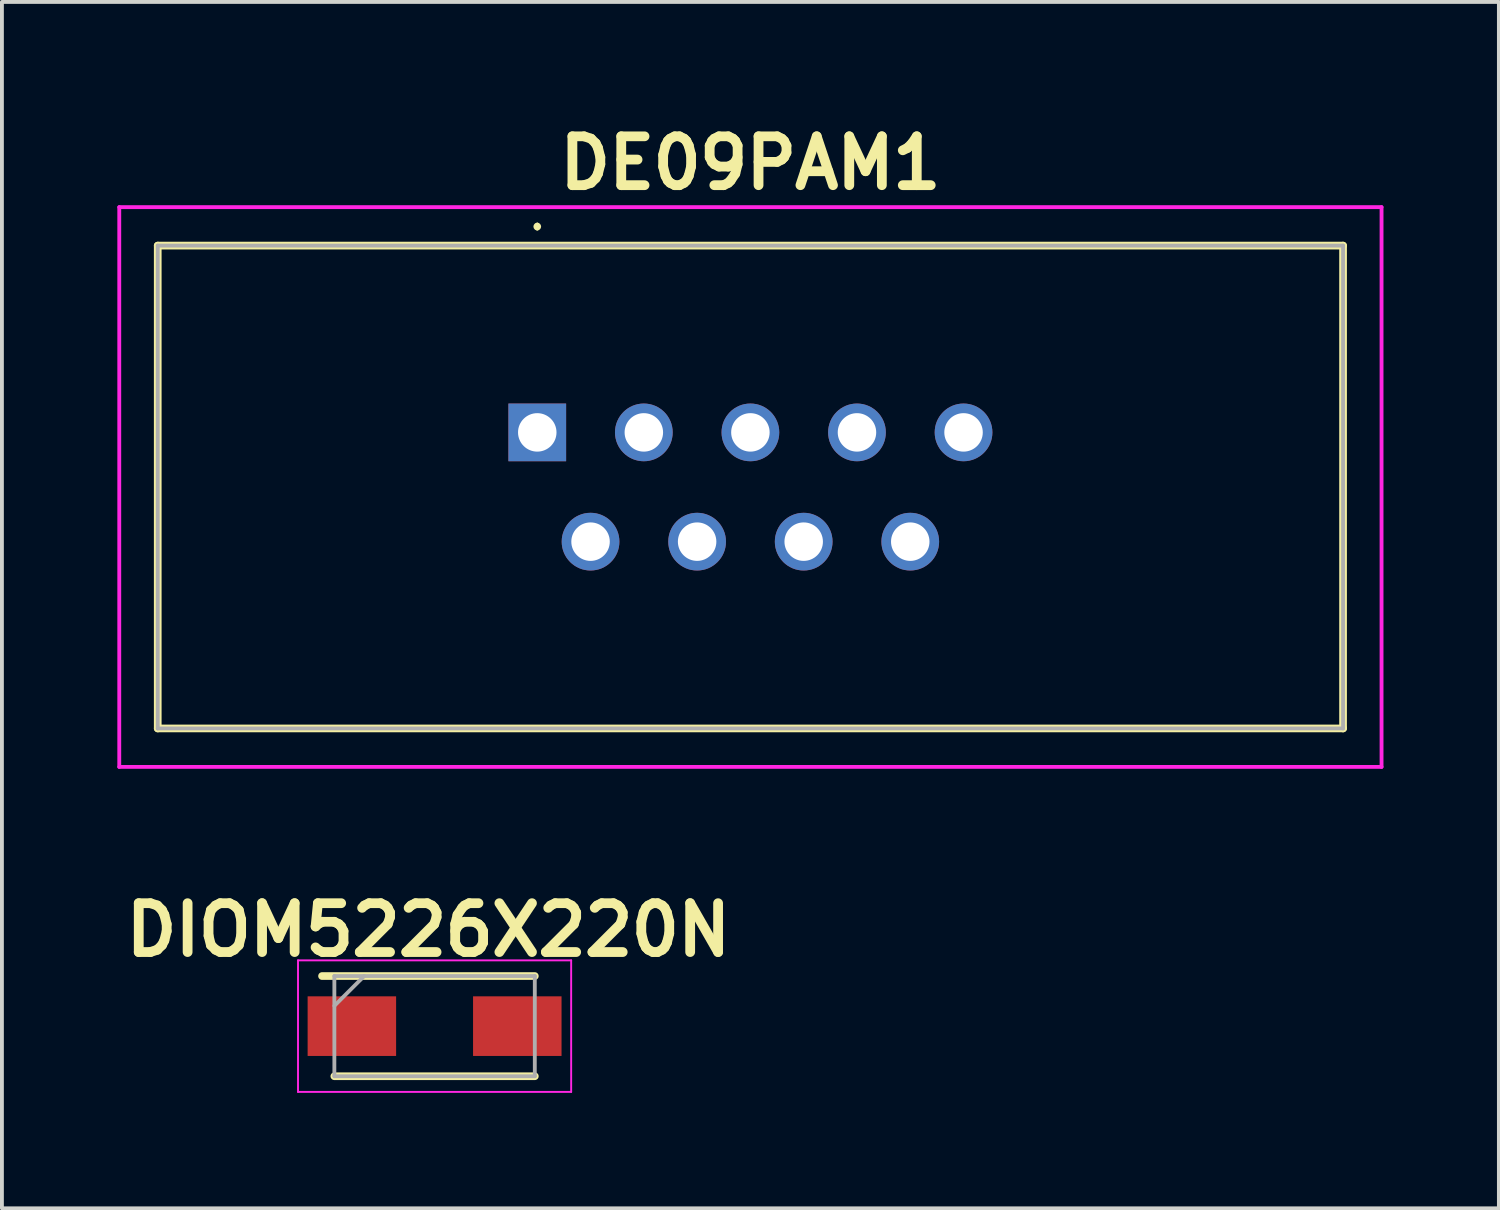
<source format=kicad_pcb>
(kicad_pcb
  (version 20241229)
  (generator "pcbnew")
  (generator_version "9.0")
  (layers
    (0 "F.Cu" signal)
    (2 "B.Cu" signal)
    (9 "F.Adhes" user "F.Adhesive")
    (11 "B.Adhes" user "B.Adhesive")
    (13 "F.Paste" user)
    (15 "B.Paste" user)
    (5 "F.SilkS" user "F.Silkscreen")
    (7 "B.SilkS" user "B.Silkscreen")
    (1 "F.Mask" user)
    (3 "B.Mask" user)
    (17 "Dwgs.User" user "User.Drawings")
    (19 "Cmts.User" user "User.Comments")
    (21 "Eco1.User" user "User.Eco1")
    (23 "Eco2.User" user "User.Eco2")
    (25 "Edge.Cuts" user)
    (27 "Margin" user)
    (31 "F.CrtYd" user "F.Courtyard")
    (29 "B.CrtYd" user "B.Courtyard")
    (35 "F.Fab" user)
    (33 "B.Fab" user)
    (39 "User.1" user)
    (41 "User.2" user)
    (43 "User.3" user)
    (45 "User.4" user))
  (footprint "DIOM5226X220N"
    (layer "F.Cu")
    (at 8.246 23.622)
    (property "Reference" "DIOM5226X220N" (at -0.16 -2.5 0) (layer "F.SilkS") (effects (font (size 1.27 1.27) (thickness 0.254))))
    (attr smd)
    (fp_line (start -2.605 1.302) (end 2.605 1.302) (stroke (width 0.2) (type solid)) (layer "F.SilkS"))
    (fp_line (start 2.605 -1.302) (end -2.925 -1.302) (stroke (width 0.2) (type solid)) (layer "F.SilkS"))
    (fp_line (start -3.55 -1.71) (end 3.55 -1.71) (stroke (width 0.05) (type solid)) (layer "F.CrtYd"))
    (fp_line (start -3.55 1.71) (end -3.55 -1.71) (stroke (width 0.05) (type solid)) (layer "F.CrtYd"))
    (fp_line (start 3.55 -1.71) (end 3.55 1.71) (stroke (width 0.05) (type solid)) (layer "F.CrtYd"))
    (fp_line (start 3.55 1.71) (end -3.55 1.71) (stroke (width 0.05) (type solid)) (layer "F.CrtYd"))
    (fp_line (start -2.605 -1.302) (end 2.605 -1.302) (stroke (width 0.1) (type solid)) (layer "F.Fab"))
    (fp_line (start -2.605 -0.528) (end -1.83 -1.302) (stroke (width 0.1) (type solid)) (layer "F.Fab"))
    (fp_line (start -2.605 1.302) (end -2.605 -1.302) (stroke (width 0.1) (type solid)) (layer "F.Fab"))
    (fp_line (start 2.605 -1.302) (end 2.605 1.302) (stroke (width 0.1) (type solid)) (layer "F.Fab"))
    (fp_line (start 2.605 1.302) (end -2.605 1.302) (stroke (width 0.1) (type solid)) (layer "F.Fab"))
    (pad "1" smd rect (at -2.15 0 90) (size 1.55 2.3) (layers "F.Cu" "F.Mask" "F.Paste"))
    (pad "2" smd rect (at 2.15 0 90) (size 1.55 2.3) (layers "F.Cu" "F.Mask" "F.Paste")))
  (footprint "DE09PAM1"
    (layer "F.Cu")
    (at 10.915 8.189)
    (property "Reference" "DE09PAM1" (at 5.54 -7 0) (layer "F.SilkS") (effects (font (size 1.27 1.27) (thickness 0.254))))
    (attr through_hole)
    (fp_line (start -9.865 -4.855) (end 20.945 -4.855) (stroke (width 0.2) (type solid)) (layer "F.SilkS"))
    (fp_line (start -9.865 7.695) (end -9.865 -4.855) (stroke (width 0.2) (type solid)) (layer "F.SilkS"))
    (fp_line (start 0 -5.4) (end 0 -5.4) (stroke (width 0.1) (type solid)) (layer "F.SilkS"))
    (fp_line (start 0 -5.3) (end 0 -5.3) (stroke (width 0.1) (type solid)) (layer "F.SilkS"))
    (fp_line (start 20.945 -4.855) (end 20.945 7.695) (stroke (width 0.2) (type solid)) (layer "F.SilkS"))
    (fp_line (start 20.945 7.695) (end -9.865 7.695) (stroke (width 0.2) (type solid)) (layer "F.SilkS"))
    (fp_arc (start 0 -5.4) (mid 0.05 -5.35) (end 0 -5.3) (stroke (width 0.1) (type solid)) (layer "F.SilkS"))
    (fp_arc (start 0 -5.3) (mid -0.05 -5.35) (end 0 -5.4) (stroke (width 0.1) (type solid)) (layer "F.SilkS"))
    (fp_line (start -10.865 -5.855) (end 21.945 -5.855) (stroke (width 0.1) (type solid)) (layer "F.CrtYd"))
    (fp_line (start -10.865 8.695) (end -10.865 -5.855) (stroke (width 0.1) (type solid)) (layer "F.CrtYd"))
    (fp_line (start 21.945 -5.855) (end 21.945 8.695) (stroke (width 0.1) (type solid)) (layer "F.CrtYd"))
    (fp_line (start 21.945 8.695) (end -10.865 8.695) (stroke (width 0.1) (type solid)) (layer "F.CrtYd"))
    (fp_line (start -9.865 -4.855) (end 20.945 -4.855) (stroke (width 0.1) (type solid)) (layer "F.Fab"))
    (fp_line (start -9.865 7.695) (end -9.865 -4.855) (stroke (width 0.1) (type solid)) (layer "F.Fab"))
    (fp_line (start 20.945 -4.855) (end 20.945 7.695) (stroke (width 0.1) (type solid)) (layer "F.Fab"))
    (fp_line (start 20.945 7.695) (end -9.865 7.695) (stroke (width 0.1) (type solid)) (layer "F.Fab"))
    (pad "1" thru_hole rect (at 0 0) (size 1.5 1.5) (drill 1) (layers "*.Cu" "*.Mask"))
    (pad "2" thru_hole circle (at 2.77 0) (size 1.5 1.5) (drill 1) (layers "*.Cu" "*.Mask"))
    (pad "3" thru_hole circle (at 5.54 0) (size 1.5 1.5) (drill 1) (layers "*.Cu" "*.Mask"))
    (pad "4" thru_hole circle (at 8.31 0) (size 1.5 1.5) (drill 1) (layers "*.Cu" "*.Mask"))
    (pad "5" thru_hole circle (at 11.08 0) (size 1.5 1.5) (drill 1) (layers "*.Cu" "*.Mask"))
    (pad "6" thru_hole circle (at 1.385 2.84) (size 1.5 1.5) (drill 1) (layers "*.Cu" "*.Mask"))
    (pad "7" thru_hole circle (at 4.155 2.84) (size 1.5 1.5) (drill 1) (layers "*.Cu" "*.Mask"))
    (pad "8" thru_hole circle (at 6.925 2.84) (size 1.5 1.5) (drill 1) (layers "*.Cu" "*.Mask"))
    (pad "9" thru_hole circle (at 9.695 2.84) (size 1.5 1.5) (drill 1) (layers "*.Cu" "*.Mask")))
  (gr_rect
    (start -3 -3)
    (end 35.91 28.357)
    (stroke (width 0.1) (type default))
    (fill no)
    (layer "Edge.Cuts")))
</source>
